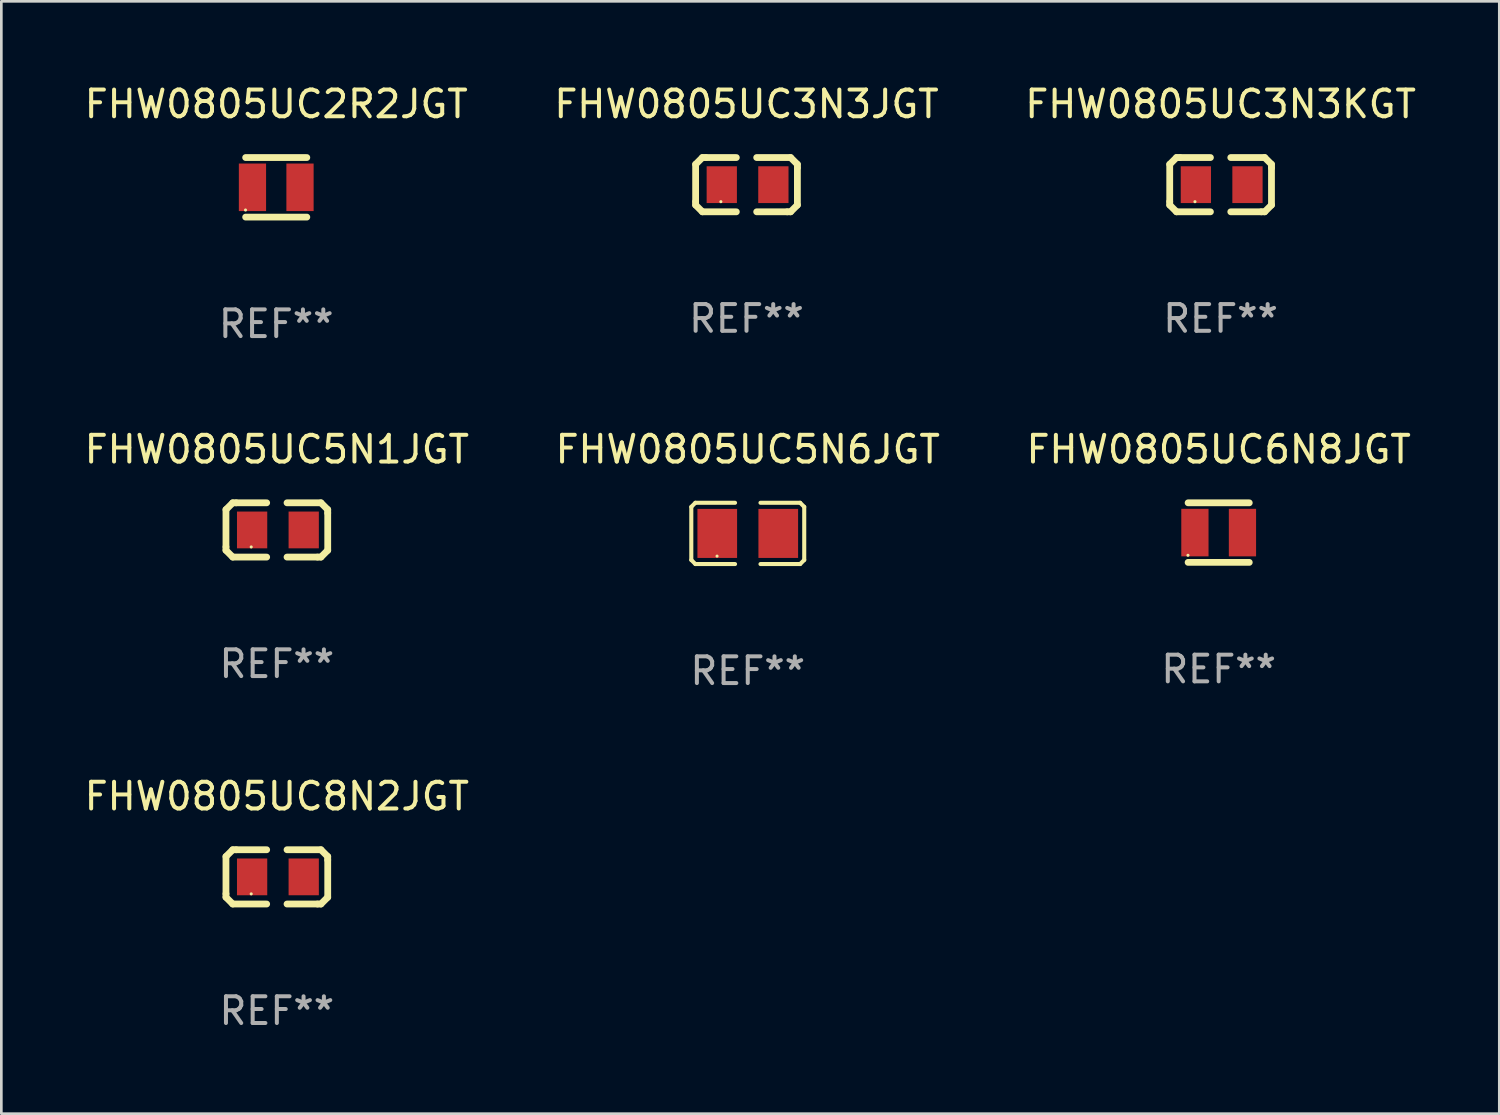
<source format=kicad_pcb>
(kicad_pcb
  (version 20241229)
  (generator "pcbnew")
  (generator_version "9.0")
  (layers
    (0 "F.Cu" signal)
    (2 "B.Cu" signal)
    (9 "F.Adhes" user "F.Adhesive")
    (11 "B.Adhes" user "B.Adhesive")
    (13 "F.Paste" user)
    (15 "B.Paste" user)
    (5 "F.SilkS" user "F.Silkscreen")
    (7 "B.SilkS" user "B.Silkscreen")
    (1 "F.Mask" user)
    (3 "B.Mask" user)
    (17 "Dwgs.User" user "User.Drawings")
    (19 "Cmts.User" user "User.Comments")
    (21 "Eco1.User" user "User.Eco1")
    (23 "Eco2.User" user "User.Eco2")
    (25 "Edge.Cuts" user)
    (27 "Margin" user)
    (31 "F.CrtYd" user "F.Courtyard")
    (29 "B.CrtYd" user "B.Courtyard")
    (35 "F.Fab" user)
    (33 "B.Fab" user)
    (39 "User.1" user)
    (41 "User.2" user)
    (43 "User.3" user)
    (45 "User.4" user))
  (footprint "FHW0805UC3N3JGT"
    (layer "F.Cu")
    (at 24.899 3.864)
    (property "Reference" "FHW0805UC3N3JGT" (at 0 -3.016 0) (layer "F.SilkS") (effects (font (size 1 1) (thickness 0.15))))
    (attr through_hole)
    (fp_line (start -1.905 -0.762) (end -1.905 0.635) (stroke (width 0.254) (type solid)) (layer "F.SilkS"))
    (fp_line (start -1.905 0.635) (end -1.905 0.762) (stroke (width 0.254) (type solid)) (layer "F.SilkS"))
    (fp_line (start -1.905 0.762) (end -1.651 1.016) (stroke (width 0.254) (type solid)) (layer "F.SilkS"))
    (fp_line (start -1.651 -1.016) (end -1.905 -0.762) (stroke (width 0.254) (type solid)) (layer "F.SilkS"))
    (fp_line (start -1.651 1.016) (end -0.381 1.016) (stroke (width 0.254) (type solid)) (layer "F.SilkS"))
    (fp_line (start -1.524 -1.016) (end -1.651 -1.016) (stroke (width 0.254) (type solid)) (layer "F.SilkS"))
    (fp_line (start -0.381 -1.016) (end -1.524 -1.016) (stroke (width 0.254) (type solid)) (layer "F.SilkS"))
    (fp_line (start 0.381 1.016) (end 1.524 1.016) (stroke (width 0.254) (type solid)) (layer "F.SilkS"))
    (fp_line (start 1.524 1.016) (end 1.651 1.016) (stroke (width 0.254) (type solid)) (layer "F.SilkS"))
    (fp_line (start 1.651 -1.016) (end 0.381 -1.016) (stroke (width 0.254) (type solid)) (layer "F.SilkS"))
    (fp_line (start 1.651 1.016) (end 1.905 0.762) (stroke (width 0.254) (type solid)) (layer "F.SilkS"))
    (fp_line (start 1.905 -0.762) (end 1.651 -1.016) (stroke (width 0.254) (type solid)) (layer "F.SilkS"))
    (fp_line (start 1.905 -0.635) (end 1.905 -0.762) (stroke (width 0.254) (type solid)) (layer "F.SilkS"))
    (fp_line (start 1.905 0.762) (end 1.905 -0.635) (stroke (width 0.254) (type solid)) (layer "F.SilkS"))
    (fp_circle (center -0.96 0.637) (end -0.93 0.637) (stroke (width 0.06) (type solid)) (fill no) (layer "F.SilkS"))
    (fp_text user "REF**" (at 0 5.016 0) (layer "F.Fab") (effects (font (size 1 1) (thickness 0.15))))
    (pad "1" smd rect (at -0.926 -0.000051) (size 1.133 1.377) (layers "F.Cu" "F.Mask" "F.Paste"))
    (pad "2" smd rect (at 1.006 -0.000051) (size 1.133 1.377) (layers "F.Cu" "F.Mask" "F.Paste")))
  (footprint "FHW0805UC3N3KGT"
    (layer "F.Cu")
    (at 42.649 3.864)
    (property "Reference" "FHW0805UC3N3KGT" (at 0 -3.016 0) (layer "F.SilkS") (effects (font (size 1 1) (thickness 0.15))))
    (attr through_hole)
    (fp_line (start -1.905 -0.762) (end -1.905 0.635) (stroke (width 0.254) (type solid)) (layer "F.SilkS"))
    (fp_line (start -1.905 0.635) (end -1.905 0.762) (stroke (width 0.254) (type solid)) (layer "F.SilkS"))
    (fp_line (start -1.905 0.762) (end -1.651 1.016) (stroke (width 0.254) (type solid)) (layer "F.SilkS"))
    (fp_line (start -1.651 -1.016) (end -1.905 -0.762) (stroke (width 0.254) (type solid)) (layer "F.SilkS"))
    (fp_line (start -1.651 1.016) (end -0.381 1.016) (stroke (width 0.254) (type solid)) (layer "F.SilkS"))
    (fp_line (start -1.524 -1.016) (end -1.651 -1.016) (stroke (width 0.254) (type solid)) (layer "F.SilkS"))
    (fp_line (start -0.381 -1.016) (end -1.524 -1.016) (stroke (width 0.254) (type solid)) (layer "F.SilkS"))
    (fp_line (start 0.381 1.016) (end 1.524 1.016) (stroke (width 0.254) (type solid)) (layer "F.SilkS"))
    (fp_line (start 1.524 1.016) (end 1.651 1.016) (stroke (width 0.254) (type solid)) (layer "F.SilkS"))
    (fp_line (start 1.651 -1.016) (end 0.381 -1.016) (stroke (width 0.254) (type solid)) (layer "F.SilkS"))
    (fp_line (start 1.651 1.016) (end 1.905 0.762) (stroke (width 0.254) (type solid)) (layer "F.SilkS"))
    (fp_line (start 1.905 -0.762) (end 1.651 -1.016) (stroke (width 0.254) (type solid)) (layer "F.SilkS"))
    (fp_line (start 1.905 -0.635) (end 1.905 -0.762) (stroke (width 0.254) (type solid)) (layer "F.SilkS"))
    (fp_line (start 1.905 0.762) (end 1.905 -0.635) (stroke (width 0.254) (type solid)) (layer "F.SilkS"))
    (fp_circle (center -0.96 0.637) (end -0.93 0.637) (stroke (width 0.06) (type solid)) (fill no) (layer "F.SilkS"))
    (fp_text user "REF**" (at 0 5.016 0) (layer "F.Fab") (effects (font (size 1 1) (thickness 0.15))))
    (pad "1" smd rect (at -0.926 -0.000051) (size 1.133 1.377) (layers "F.Cu" "F.Mask" "F.Paste"))
    (pad "2" smd rect (at 1.006 -0.000051) (size 1.133 1.377) (layers "F.Cu" "F.Mask" "F.Paste")))
  (footprint "FHW0805UC6N8JGT"
    (layer "F.Cu")
    (at 42.577 16.89)
    (property "Reference" "FHW0805UC6N8JGT" (at 0 -3.115 0) (layer "F.SilkS") (effects (font (size 1 1) (thickness 0.15))))
    (attr through_hole)
    (fp_line (start -1.145 -1.115) (end 1.145 -1.115) (stroke (width 0.254) (type solid)) (layer "F.SilkS"))
    (fp_line (start -1.145 1.115) (end 1.145 1.115) (stroke (width 0.254) (type solid)) (layer "F.SilkS"))
    (fp_circle (center -1.15 0.85) (end -1.12 0.85) (stroke (width 0.06) (type solid)) (fill no) (layer "F.SilkS"))
    (fp_text user "REF**" (at 0 5.115 0) (layer "F.Fab") (effects (font (size 1 1) (thickness 0.15))))
    (pad "1" smd rect (at -0.89 0 90) (size 1.78 1.02) (layers "F.Cu" "F.Mask" "F.Paste"))
    (pad "2" smd rect (at 0.89 0 90) (size 1.78 1.02) (layers "F.Cu" "F.Mask" "F.Paste")))
  (footprint "FHW0805UC5N6JGT"
    (layer "F.Cu")
    (at 24.946 16.921)
    (property "Reference" "FHW0805UC5N6JGT" (at 0 -3.147 0) (layer "F.SilkS") (effects (font (size 1 1) (thickness 0.15))))
    (attr through_hole)
    (fp_line (start -2.114 -0.994) (end -2.114 0.994) (stroke (width 0.152) (type solid)) (layer "F.SilkS"))
    (fp_line (start -2.114 0.994) (end -1.961 1.147) (stroke (width 0.152) (type solid)) (layer "F.SilkS"))
    (fp_line (start -1.961 -1.147) (end -2.114 -0.994) (stroke (width 0.152) (type solid)) (layer "F.SilkS"))
    (fp_line (start -1.961 1.147) (end -0.476 1.147) (stroke (width 0.152) (type solid)) (layer "F.SilkS"))
    (fp_line (start -0.476 -1.147) (end -1.961 -1.147) (stroke (width 0.152) (type solid)) (layer "F.SilkS"))
    (fp_line (start 0.476 -1.147) (end 1.961 -1.147) (stroke (width 0.152) (type solid)) (layer "F.SilkS"))
    (fp_line (start 1.961 -1.147) (end 2.114 -0.994) (stroke (width 0.152) (type solid)) (layer "F.SilkS"))
    (fp_line (start 1.961 1.147) (end 0.476 1.147) (stroke (width 0.152) (type solid)) (layer "F.SilkS"))
    (fp_line (start 2.114 -0.994) (end 2.114 0.994) (stroke (width 0.152) (type solid)) (layer "F.SilkS"))
    (fp_line (start 2.114 0.994) (end 1.961 1.147) (stroke (width 0.152) (type solid)) (layer "F.SilkS"))
    (fp_circle (center -1.15 0.85) (end -1.12 0.85) (stroke (width 0.06) (type solid)) (fill no) (layer "F.SilkS"))
    (fp_text user "REF**" (at 0 5.147 0) (layer "F.Fab") (effects (font (size 1 1) (thickness 0.15))))
    (pad "1" smd rect (at -1.142 0) (size 1.485 1.836) (layers "F.Cu" "F.Mask" "F.Paste"))
    (pad "2" smd rect (at 1.142 0) (size 1.485 1.836) (layers "F.Cu" "F.Mask" "F.Paste")))
  (footprint "FHW0805UC8N2JGT"
    (layer "F.Cu")
    (at 7.315 29.78)
    (property "Reference" "FHW0805UC8N2JGT" (at 0 -3.016 0) (layer "F.SilkS") (effects (font (size 1 1) (thickness 0.15))))
    (attr through_hole)
    (fp_line (start -1.905 -0.762) (end -1.905 0.635) (stroke (width 0.254) (type solid)) (layer "F.SilkS"))
    (fp_line (start -1.905 0.635) (end -1.905 0.762) (stroke (width 0.254) (type solid)) (layer "F.SilkS"))
    (fp_line (start -1.905 0.762) (end -1.651 1.016) (stroke (width 0.254) (type solid)) (layer "F.SilkS"))
    (fp_line (start -1.651 -1.016) (end -1.905 -0.762) (stroke (width 0.254) (type solid)) (layer "F.SilkS"))
    (fp_line (start -1.651 1.016) (end -0.381 1.016) (stroke (width 0.254) (type solid)) (layer "F.SilkS"))
    (fp_line (start -1.524 -1.016) (end -1.651 -1.016) (stroke (width 0.254) (type solid)) (layer "F.SilkS"))
    (fp_line (start -0.381 -1.016) (end -1.524 -1.016) (stroke (width 0.254) (type solid)) (layer "F.SilkS"))
    (fp_line (start 0.381 1.016) (end 1.524 1.016) (stroke (width 0.254) (type solid)) (layer "F.SilkS"))
    (fp_line (start 1.524 1.016) (end 1.651 1.016) (stroke (width 0.254) (type solid)) (layer "F.SilkS"))
    (fp_line (start 1.651 -1.016) (end 0.381 -1.016) (stroke (width 0.254) (type solid)) (layer "F.SilkS"))
    (fp_line (start 1.651 1.016) (end 1.905 0.762) (stroke (width 0.254) (type solid)) (layer "F.SilkS"))
    (fp_line (start 1.905 -0.762) (end 1.651 -1.016) (stroke (width 0.254) (type solid)) (layer "F.SilkS"))
    (fp_line (start 1.905 -0.635) (end 1.905 -0.762) (stroke (width 0.254) (type solid)) (layer "F.SilkS"))
    (fp_line (start 1.905 0.762) (end 1.905 -0.635) (stroke (width 0.254) (type solid)) (layer "F.SilkS"))
    (fp_circle (center -0.96 0.637) (end -0.93 0.637) (stroke (width 0.06) (type solid)) (fill no) (layer "F.SilkS"))
    (fp_text user "REF**" (at 0 5.016 0) (layer "F.Fab") (effects (font (size 1 1) (thickness 0.15))))
    (pad "1" smd rect (at -0.926 -0.000051) (size 1.133 1.377) (layers "F.Cu" "F.Mask" "F.Paste"))
    (pad "2" smd rect (at 1.006 -0.000051) (size 1.133 1.377) (layers "F.Cu" "F.Mask" "F.Paste")))
  (footprint "FHW0805UC2R2JGT"
    (layer "F.Cu")
    (at 7.292 3.963)
    (property "Reference" "FHW0805UC2R2JGT" (at 0 -3.115 0) (layer "F.SilkS") (effects (font (size 1 1) (thickness 0.15))))
    (attr through_hole)
    (fp_line (start -1.145 -1.115) (end 1.145 -1.115) (stroke (width 0.254) (type solid)) (layer "F.SilkS"))
    (fp_line (start -1.145 1.115) (end 1.145 1.115) (stroke (width 0.254) (type solid)) (layer "F.SilkS"))
    (fp_circle (center -1.15 0.85) (end -1.12 0.85) (stroke (width 0.06) (type solid)) (fill no) (layer "F.SilkS"))
    (fp_text user "REF**" (at 0 5.115 0) (layer "F.Fab") (effects (font (size 1 1) (thickness 0.15))))
    (pad "1" smd rect (at -0.89 0 90) (size 1.78 1.02) (layers "F.Cu" "F.Mask" "F.Paste"))
    (pad "2" smd rect (at 0.89 0 90) (size 1.78 1.02) (layers "F.Cu" "F.Mask" "F.Paste")))
  (footprint "FHW0805UC5N1JGT"
    (layer "F.Cu")
    (at 7.315 16.791)
    (property "Reference" "FHW0805UC5N1JGT" (at 0 -3.016 0) (layer "F.SilkS") (effects (font (size 1 1) (thickness 0.15))))
    (attr through_hole)
    (fp_line (start -1.905 -0.762) (end -1.905 0.635) (stroke (width 0.254) (type solid)) (layer "F.SilkS"))
    (fp_line (start -1.905 0.635) (end -1.905 0.762) (stroke (width 0.254) (type solid)) (layer "F.SilkS"))
    (fp_line (start -1.905 0.762) (end -1.651 1.016) (stroke (width 0.254) (type solid)) (layer "F.SilkS"))
    (fp_line (start -1.651 -1.016) (end -1.905 -0.762) (stroke (width 0.254) (type solid)) (layer "F.SilkS"))
    (fp_line (start -1.651 1.016) (end -0.381 1.016) (stroke (width 0.254) (type solid)) (layer "F.SilkS"))
    (fp_line (start -1.524 -1.016) (end -1.651 -1.016) (stroke (width 0.254) (type solid)) (layer "F.SilkS"))
    (fp_line (start -0.381 -1.016) (end -1.524 -1.016) (stroke (width 0.254) (type solid)) (layer "F.SilkS"))
    (fp_line (start 0.381 1.016) (end 1.524 1.016) (stroke (width 0.254) (type solid)) (layer "F.SilkS"))
    (fp_line (start 1.524 1.016) (end 1.651 1.016) (stroke (width 0.254) (type solid)) (layer "F.SilkS"))
    (fp_line (start 1.651 -1.016) (end 0.381 -1.016) (stroke (width 0.254) (type solid)) (layer "F.SilkS"))
    (fp_line (start 1.651 1.016) (end 1.905 0.762) (stroke (width 0.254) (type solid)) (layer "F.SilkS"))
    (fp_line (start 1.905 -0.762) (end 1.651 -1.016) (stroke (width 0.254) (type solid)) (layer "F.SilkS"))
    (fp_line (start 1.905 -0.635) (end 1.905 -0.762) (stroke (width 0.254) (type solid)) (layer "F.SilkS"))
    (fp_line (start 1.905 0.762) (end 1.905 -0.635) (stroke (width 0.254) (type solid)) (layer "F.SilkS"))
    (fp_circle (center -0.96 0.637) (end -0.93 0.637) (stroke (width 0.06) (type solid)) (fill no) (layer "F.SilkS"))
    (fp_text user "REF**" (at 0 5.016 0) (layer "F.Fab") (effects (font (size 1 1) (thickness 0.15))))
    (pad "1" smd rect (at -0.926 -0.000051) (size 1.133 1.377) (layers "F.Cu" "F.Mask" "F.Paste"))
    (pad "2" smd rect (at 1.006 -0.000051) (size 1.133 1.377) (layers "F.Cu" "F.Mask" "F.Paste")))
  (gr_rect
    (start -3 -3)
    (end 53.083 38.645)
    (stroke (width 0.1) (type default))
    (fill no)
    (layer "Edge.Cuts")))
</source>
